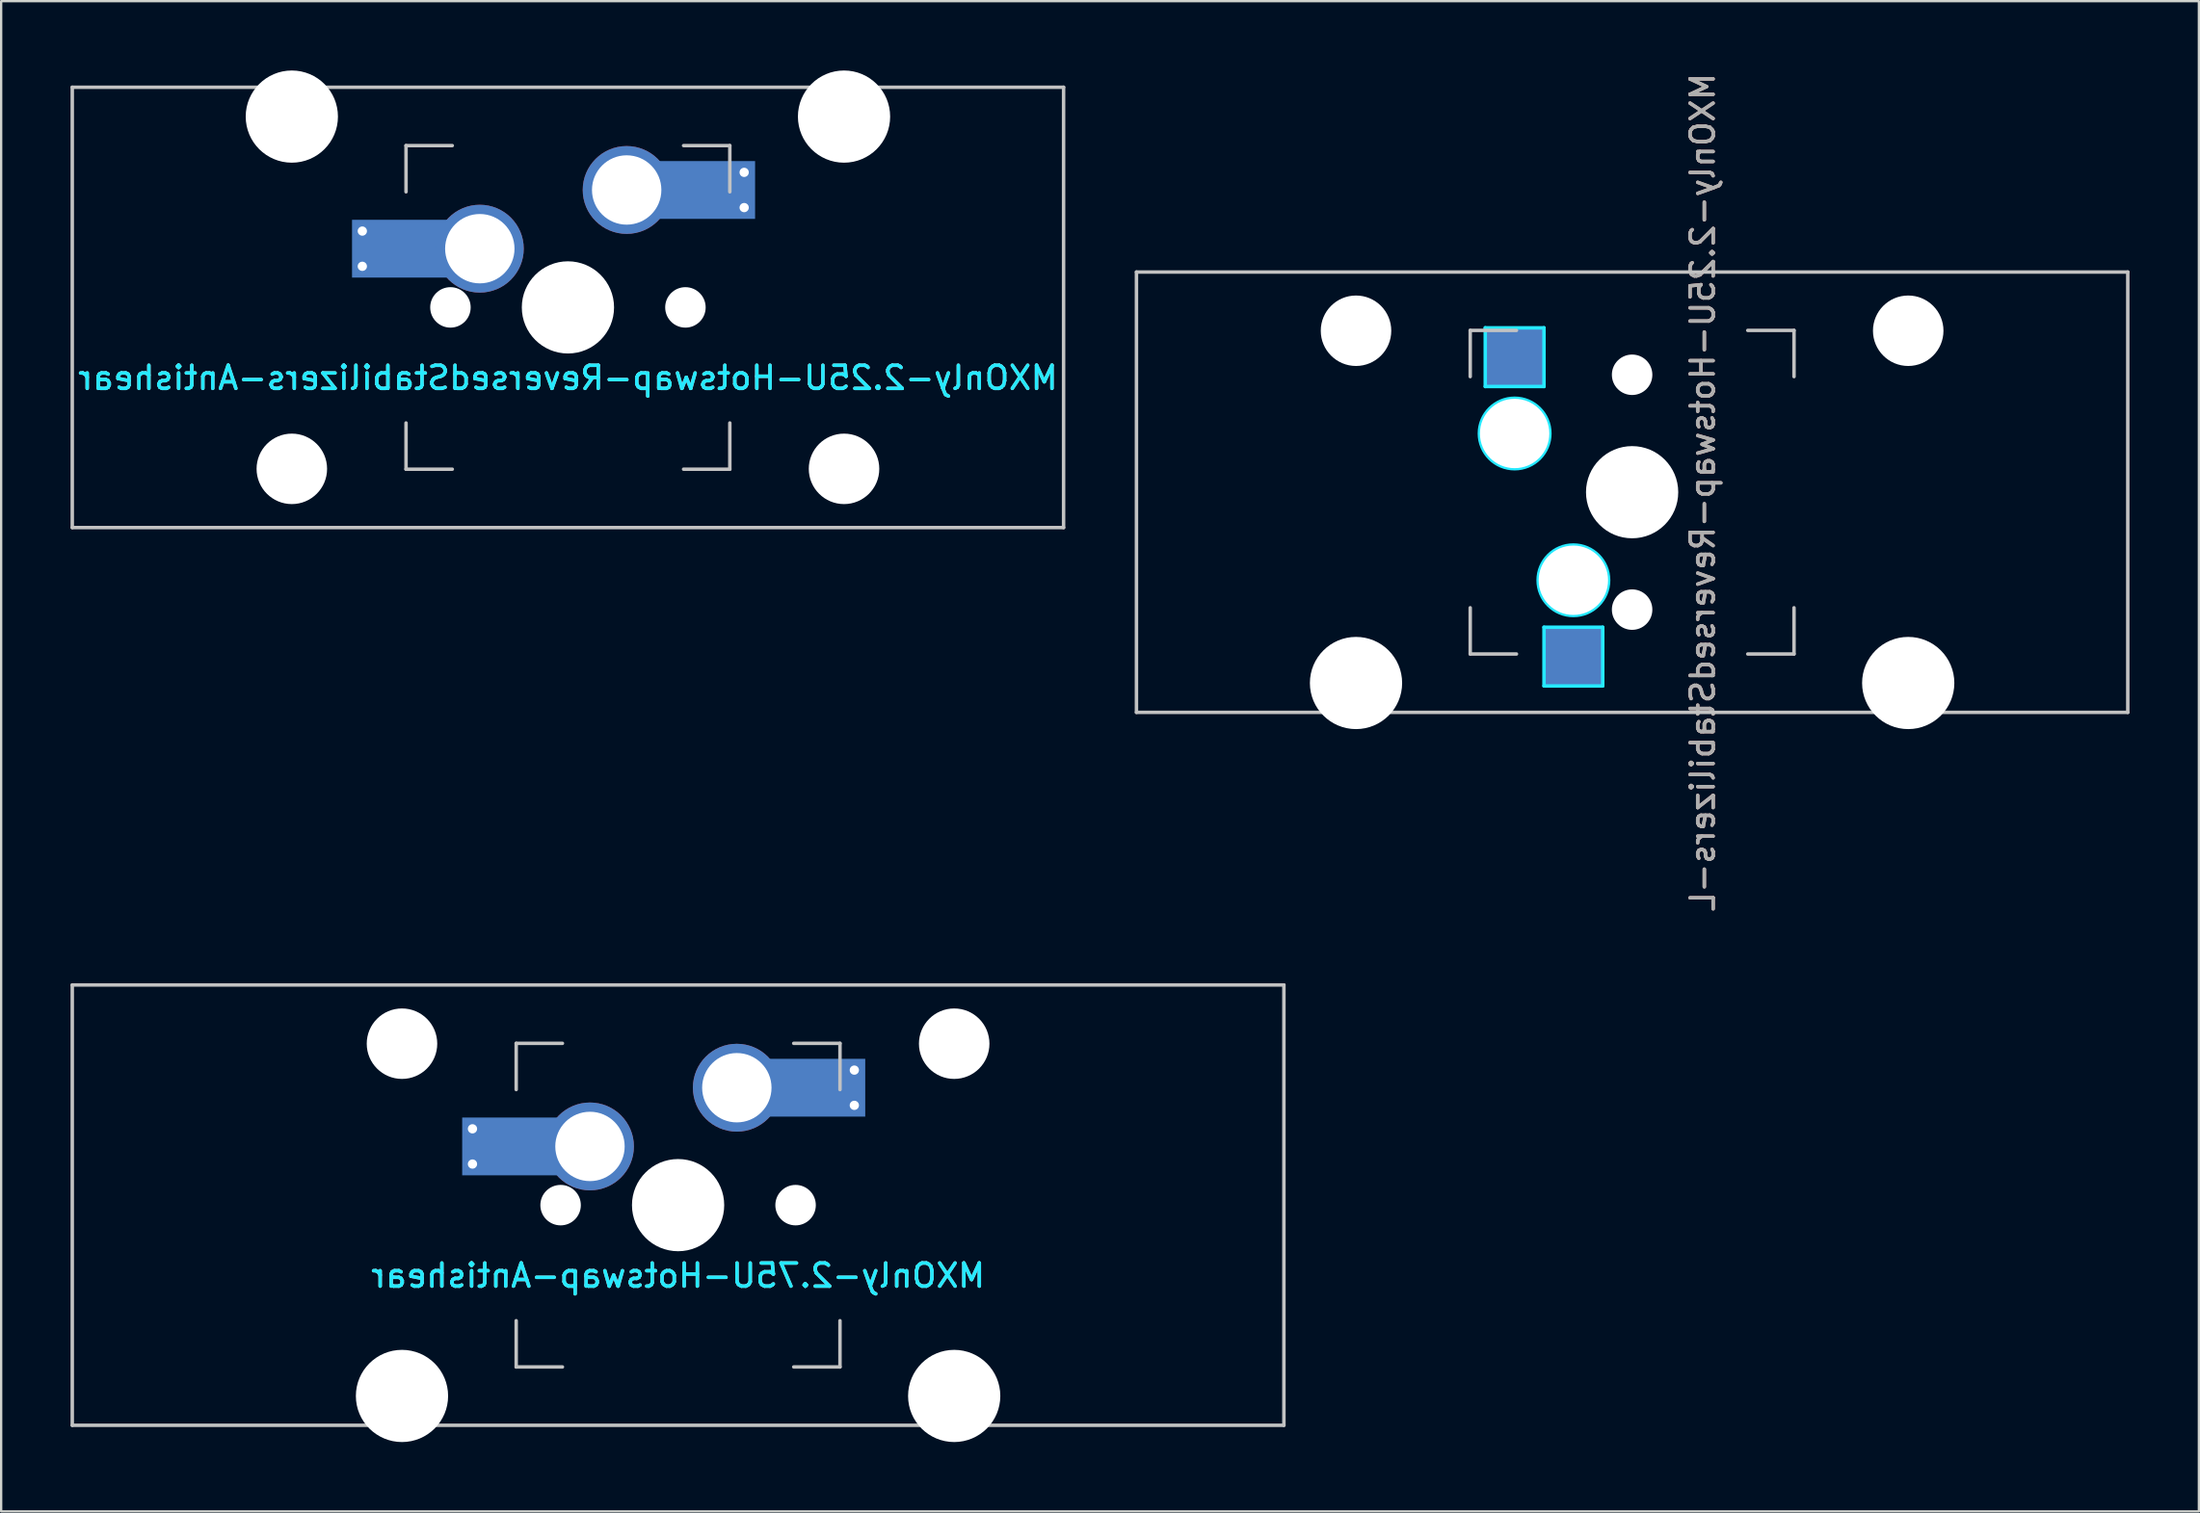
<source format=kicad_pcb>
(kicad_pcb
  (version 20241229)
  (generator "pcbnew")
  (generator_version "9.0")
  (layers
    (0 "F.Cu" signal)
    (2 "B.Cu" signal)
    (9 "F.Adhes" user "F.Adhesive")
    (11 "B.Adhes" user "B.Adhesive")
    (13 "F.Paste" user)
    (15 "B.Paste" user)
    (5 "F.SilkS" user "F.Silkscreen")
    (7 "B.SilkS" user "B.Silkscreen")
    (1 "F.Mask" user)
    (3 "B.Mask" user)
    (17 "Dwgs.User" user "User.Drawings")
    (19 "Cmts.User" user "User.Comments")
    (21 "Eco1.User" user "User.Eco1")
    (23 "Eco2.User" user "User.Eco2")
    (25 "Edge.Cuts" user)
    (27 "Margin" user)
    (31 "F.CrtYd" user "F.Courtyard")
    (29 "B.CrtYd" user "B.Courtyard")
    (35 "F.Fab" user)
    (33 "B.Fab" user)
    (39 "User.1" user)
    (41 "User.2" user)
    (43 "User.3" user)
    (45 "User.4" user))
  (footprint "MXOnly-2.25U-Hotswap-ReversedStabilizers-L"
    (layer "F.Cu")
    (at 67.519 18.244)
    (property "Reference" "MXOnly-2.25U-Hotswap-ReversedStabilizers-L" (at 3.048 0 90) (layer "F.Fab") (effects (font (size 1 1) (thickness 0.15)) (justify mirror)))
    (attr smd)
    (fp_line (start -21.431 -9.525) (end 21.431 -9.525) (stroke (width 0.15) (type solid)) (layer "Dwgs.User"))
    (fp_line (start -21.431 9.525) (end -21.431 -9.525) (stroke (width 0.15) (type solid)) (layer "Dwgs.User"))
    (fp_line (start -7 -7) (end -5 -7) (stroke (width 0.15) (type solid)) (layer "Dwgs.User"))
    (fp_line (start -7 -5) (end -7 -7) (stroke (width 0.15) (type solid)) (layer "Dwgs.User"))
    (fp_line (start -7 5) (end -7 7) (stroke (width 0.15) (type solid)) (layer "Dwgs.User"))
    (fp_line (start -7 7) (end -5 7) (stroke (width 0.15) (type solid)) (layer "Dwgs.User"))
    (fp_line (start 5 7) (end 7 7) (stroke (width 0.15) (type solid)) (layer "Dwgs.User"))
    (fp_line (start 7 -7) (end 5 -7) (stroke (width 0.15) (type solid)) (layer "Dwgs.User"))
    (fp_line (start 7 -5) (end 7 -7) (stroke (width 0.15) (type solid)) (layer "Dwgs.User"))
    (fp_line (start 7 7) (end 7 5) (stroke (width 0.15) (type solid)) (layer "Dwgs.User"))
    (fp_line (start 21.431 -9.525) (end 21.431 9.525) (stroke (width 0.15) (type solid)) (layer "Dwgs.User"))
    (fp_line (start 21.431 9.525) (end -21.431 9.525) (stroke (width 0.15) (type solid)) (layer "Dwgs.User"))
    (fp_line (start -6.35 -7.112) (end -3.81 -7.112) (stroke (width 0.15) (type solid)) (layer "B.CrtYd"))
    (fp_line (start -6.35 -4.572) (end -6.35 -7.112) (stroke (width 0.15) (type solid)) (layer "B.CrtYd"))
    (fp_line (start -3.81 -7.112) (end -3.81 -4.572) (stroke (width 0.15) (type solid)) (layer "B.CrtYd"))
    (fp_line (start -3.81 -4.572) (end -6.35 -4.572) (stroke (width 0.15) (type solid)) (layer "B.CrtYd"))
    (fp_line (start -3.81 5.842) (end -1.27 5.842) (stroke (width 0.15) (type solid)) (layer "B.CrtYd"))
    (fp_line (start -3.81 8.382) (end -3.81 5.842) (stroke (width 0.15) (type solid)) (layer "B.CrtYd"))
    (fp_line (start -1.27 5.842) (end -1.27 8.382) (stroke (width 0.15) (type solid)) (layer "B.CrtYd"))
    (fp_line (start -1.27 8.382) (end -3.81 8.382) (stroke (width 0.15) (type solid)) (layer "B.CrtYd"))
    (fp_circle (center -5.08 -2.54) (end -6.604 -2.54) (stroke (width 0.15) (type solid)) (fill no) (layer "B.CrtYd"))
    (fp_circle (center -2.54 3.81) (end -4.064 3.81) (stroke (width 0.15) (type solid)) (fill no) (layer "B.CrtYd"))
    (fp_text user "${REFERENCE}" (at 3.048 0 90) (layer "B.SilkS") (effects (font (size 1 1) (thickness 0.15)) (justify mirror)))
    (pad "" np_thru_hole circle (at -11.938 -6.985 180) (size 3.048 3.048) (drill 3.048) (layers "*.Cu" "*.Mask"))
    (pad "" np_thru_hole circle (at -11.938 8.255 180) (size 3.988 3.988) (drill 3.988) (layers "*.Cu" "*.Mask"))
    (pad "" np_thru_hole circle (at -5.08 -2.54 90) (size 3 3) (drill 3) (layers "*.Cu" "*.Mask"))
    (pad "" np_thru_hole circle (at -2.54 3.81 90) (size 3 3) (drill 3) (layers "*.Cu" "*.Mask"))
    (pad "" np_thru_hole circle (at 0 -5.08 138.1) (size 1.75 1.75) (drill 1.75) (layers "*.Cu" "*.Mask"))
    (pad "" np_thru_hole circle (at 0 0 90) (size 3.988 3.988) (drill 3.988) (layers "*.Cu" "*.Mask"))
    (pad "" np_thru_hole circle (at 0 5.08 138.1) (size 1.75 1.75) (drill 1.75) (layers "*.Cu" "*.Mask"))
    (pad "" np_thru_hole circle (at 11.938 -6.985 180) (size 3.048 3.048) (drill 3.048) (layers "*.Cu" "*.Mask"))
    (pad "" np_thru_hole circle (at 11.938 8.255 180) (size 3.988 3.988) (drill 3.988) (layers "*.Cu" "*.Mask"))
    (pad "1" smd rect (at -2.54 7.085 90) (size 2.55 2.5) (layers "B.Cu" "B.Mask" "B.Paste"))
    (pad "2" smd rect (at -5.08 -5.842 90) (size 2.55 2.5) (layers "B.Cu" "B.Mask" "B.Paste")))
  (footprint "MXOnly-2.75U-Hotswap-Antishear"
    (layer "F.Cu")
    (at 26.269 49.088)
    (property "Reference" "MXOnly-2.75U-Hotswap-Antishear" (at 0 3.048 0) (layer "B.CrtYd") (effects (font (size 1 1) (thickness 0.15)) (justify mirror)))
    (attr smd)
    (fp_line (start -26.194 -9.525) (end 26.194 -9.525) (stroke (width 0.15) (type solid)) (layer "Dwgs.User"))
    (fp_line (start -26.194 9.525) (end -26.194 -9.525) (stroke (width 0.15) (type solid)) (layer "Dwgs.User"))
    (fp_line (start -7 -7) (end -7 -5) (stroke (width 0.15) (type solid)) (layer "Dwgs.User"))
    (fp_line (start -7 5) (end -7 7) (stroke (width 0.15) (type solid)) (layer "Dwgs.User"))
    (fp_line (start -7 7) (end -5 7) (stroke (width 0.15) (type solid)) (layer "Dwgs.User"))
    (fp_line (start -5 -7) (end -7 -7) (stroke (width 0.15) (type solid)) (layer "Dwgs.User"))
    (fp_line (start 5 -7) (end 7 -7) (stroke (width 0.15) (type solid)) (layer "Dwgs.User"))
    (fp_line (start 5 7) (end 7 7) (stroke (width 0.15) (type solid)) (layer "Dwgs.User"))
    (fp_line (start 7 -7) (end 7 -5) (stroke (width 0.15) (type solid)) (layer "Dwgs.User"))
    (fp_line (start 7 7) (end 7 5) (stroke (width 0.15) (type solid)) (layer "Dwgs.User"))
    (fp_line (start 26.194 -9.525) (end 26.194 9.525) (stroke (width 0.15) (type solid)) (layer "Dwgs.User"))
    (fp_line (start 26.194 9.525) (end -26.194 9.525) (stroke (width 0.15) (type solid)) (layer "Dwgs.User"))
    (fp_text user "${REFERENCE}" (at 0 3.048 0) (layer "B.SilkS") (effects (font (size 1 1) (thickness 0.15)) (justify mirror)))
    (pad "" np_thru_hole circle (at -11.938 -6.985) (size 3.048 3.048) (drill 3.048) (layers "*.Cu" "*.Mask"))
    (pad "" np_thru_hole circle (at -11.938 8.255) (size 3.988 3.988) (drill 3.988) (layers "*.Cu" "*.Mask"))
    (pad "" smd rect (at -7.085 -2.54) (size 2.55 2.5) (layers "B.Mask" "B.Paste"))
    (pad "" np_thru_hole circle (at -5.08 0 48.1) (size 1.75 1.75) (drill 1.75) (layers "*.Cu" "*.Mask"))
    (pad "" np_thru_hole circle (at 0 0) (size 3.988 3.988) (drill 3.988) (layers "*.Cu" "*.Mask"))
    (pad "" np_thru_hole circle (at 5.08 0 48.1) (size 1.75 1.75) (drill 1.75) (layers "*.Cu" "*.Mask"))
    (pad "" smd rect (at 5.815 -5.08) (size 2.55 2.5) (layers "B.Mask" "B.Paste"))
    (pad "" np_thru_hole circle (at 11.938 -6.985) (size 3.048 3.048) (drill 3.048) (layers "*.Cu" "*.Mask"))
    (pad "" np_thru_hole circle (at 11.938 8.255) (size 3.988 3.988) (drill 3.988) (layers "*.Cu" "*.Mask"))
    (pad "1" thru_hole circle (at -8.89 -3.302) (size 0.8 0.8) (drill 0.4) (layers "*.Cu"))
    (pad "1" thru_hole circle (at -8.89 -1.778) (size 0.8 0.8) (drill 0.4) (layers "*.Cu"))
    (pad "1" smd rect (at -7.085 -2.54) (size 4.5 2.5) (layers "B.Cu"))
    (pad "1" thru_hole circle (at -3.81 -2.54) (size 3.8 3.8) (drill 3) (layers "*.Cu"))
    (pad "2" thru_hole circle (at 2.54 -5.08) (size 3.8 3.8) (drill 3) (layers "*.Cu"))
    (pad "2" smd rect (at 5.842 -5.08) (size 4.5 2.5) (layers "B.Cu"))
    (pad "2" thru_hole circle (at 7.62 -5.842) (size 0.8 0.8) (drill 0.4) (layers "*.Cu"))
    (pad "2" thru_hole circle (at 7.62 -4.318) (size 0.8 0.8) (drill 0.4) (layers "*.Cu")))
  (footprint "MXOnly-2.25U-Hotswap-ReversedStabilizers-Antishear"
    (layer "F.Cu")
    (at 21.506 10.249)
    (property "Reference" "MXOnly-2.25U-Hotswap-ReversedStabilizers-Antishear" (at 0 3.048 0) (layer "B.CrtYd") (effects (font (size 1 1) (thickness 0.15)) (justify mirror)))
    (attr smd)
    (fp_line (start -21.431 -9.525) (end 21.431 -9.525) (stroke (width 0.15) (type solid)) (layer "Dwgs.User"))
    (fp_line (start -21.431 9.525) (end -21.431 -9.525) (stroke (width 0.15) (type solid)) (layer "Dwgs.User"))
    (fp_line (start -7 -7) (end -7 -5) (stroke (width 0.15) (type solid)) (layer "Dwgs.User"))
    (fp_line (start -7 5) (end -7 7) (stroke (width 0.15) (type solid)) (layer "Dwgs.User"))
    (fp_line (start -7 7) (end -5 7) (stroke (width 0.15) (type solid)) (layer "Dwgs.User"))
    (fp_line (start -5 -7) (end -7 -7) (stroke (width 0.15) (type solid)) (layer "Dwgs.User"))
    (fp_line (start 5 -7) (end 7 -7) (stroke (width 0.15) (type solid)) (layer "Dwgs.User"))
    (fp_line (start 5 7) (end 7 7) (stroke (width 0.15) (type solid)) (layer "Dwgs.User"))
    (fp_line (start 7 -7) (end 7 -5) (stroke (width 0.15) (type solid)) (layer "Dwgs.User"))
    (fp_line (start 7 7) (end 7 5) (stroke (width 0.15) (type solid)) (layer "Dwgs.User"))
    (fp_line (start 21.431 -9.525) (end 21.431 9.525) (stroke (width 0.15) (type solid)) (layer "Dwgs.User"))
    (fp_line (start 21.431 9.525) (end -21.431 9.525) (stroke (width 0.15) (type solid)) (layer "Dwgs.User"))
    (fp_text user "${REFERENCE}" (at 0 3.048 0) (layer "B.SilkS") (effects (font (size 1 1) (thickness 0.15)) (justify mirror)))
    (pad "" np_thru_hole circle (at -11.938 -8.255) (size 3.988 3.988) (drill 3.988) (layers "*.Cu" "*.Mask"))
    (pad "" np_thru_hole circle (at -11.938 6.985) (size 3.048 3.048) (drill 3.048) (layers "*.Cu" "*.Mask"))
    (pad "" smd rect (at -7.085 -2.54) (size 2.55 2.5) (layers "B.Mask" "B.Paste"))
    (pad "" np_thru_hole circle (at -5.08 0 48.1) (size 1.75 1.75) (drill 1.75) (layers "*.Cu" "*.Mask"))
    (pad "" np_thru_hole circle (at 0 0) (size 3.988 3.988) (drill 3.988) (layers "*.Cu" "*.Mask"))
    (pad "" np_thru_hole circle (at 5.08 0 48.1) (size 1.75 1.75) (drill 1.75) (layers "*.Cu" "*.Mask"))
    (pad "" smd rect (at 5.815 -5.08) (size 2.55 2.5) (layers "B.Mask" "B.Paste"))
    (pad "" np_thru_hole circle (at 11.938 -8.255) (size 3.988 3.988) (drill 3.988) (layers "*.Cu" "*.Mask"))
    (pad "" np_thru_hole circle (at 11.938 6.985) (size 3.048 3.048) (drill 3.048) (layers "*.Cu" "*.Mask"))
    (pad "1" thru_hole circle (at -8.89 -3.302) (size 0.8 0.8) (drill 0.4) (layers "*.Cu"))
    (pad "1" thru_hole circle (at -8.89 -1.778) (size 0.8 0.8) (drill 0.4) (layers "*.Cu"))
    (pad "1" smd rect (at -7.085 -2.54) (size 4.5 2.5) (layers "B.Cu"))
    (pad "1" thru_hole circle (at -3.81 -2.54) (size 3.8 3.8) (drill 3) (layers "*.Cu"))
    (pad "2" thru_hole circle (at 2.54 -5.08) (size 3.8 3.8) (drill 3) (layers "*.Cu"))
    (pad "2" smd rect (at 5.842 -5.08) (size 4.5 2.5) (layers "B.Cu"))
    (pad "2" thru_hole circle (at 7.62 -5.842) (size 0.8 0.8) (drill 0.4) (layers "*.Cu"))
    (pad "2" thru_hole circle (at 7.62 -4.318) (size 0.8 0.8) (drill 0.4) (layers "*.Cu")))
  (gr_rect
    (start -3 -3)
    (end 92.025 62.337)
    (stroke (width 0.1) (type default))
    (fill no)
    (layer "Edge.Cuts")))
</source>
